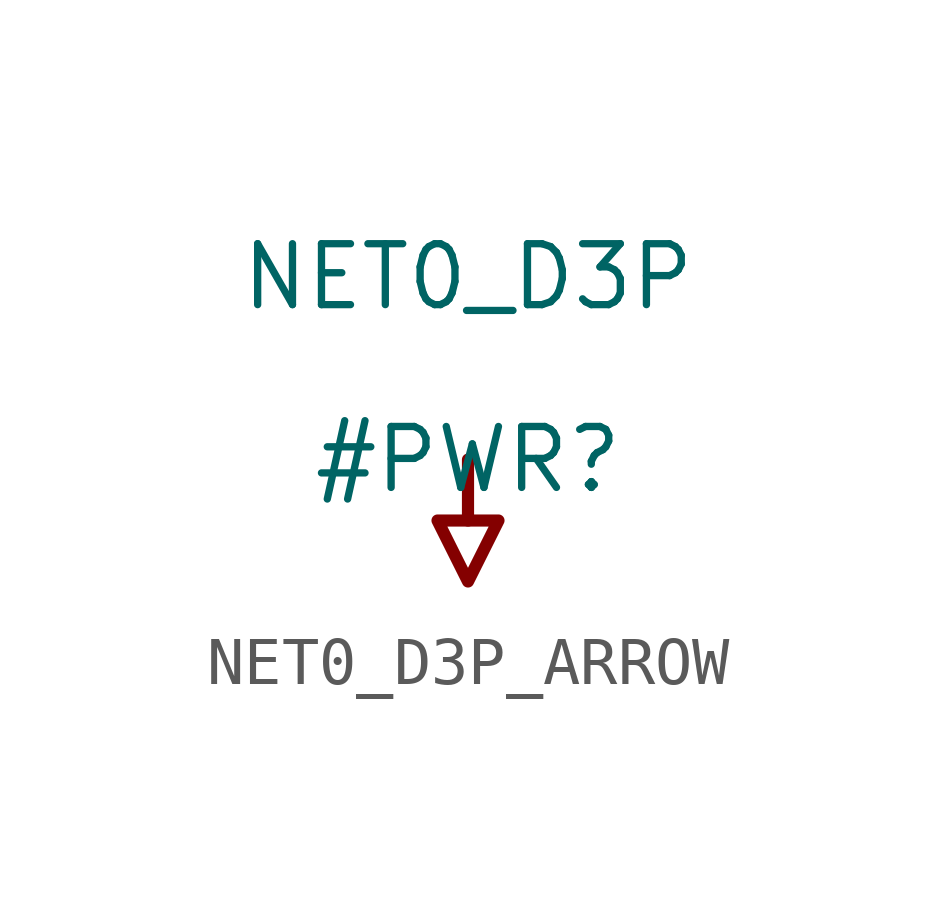
<source format=kicad_sym>
(kicad_symbol_lib
  (version 20231120)
  (generator "kicad_symbol_editor")
  (generator_version "8.0")
  (symbol "NET0_D3P_ARROW"
    (power)
    (property "Reference" "#PWR"
      (at 0 0 0)
      (effects (font (size 1.27 1.27))))
    (property "Value" "NET0_D3P"
      (at 0 3.81 0)
      (effects (font (size 1.27 1.27))))
    (symbol "NET0_D3P_ARROW_0_0"
      (polyline (pts (xy 0 0) (xy 0 -1.27)) (stroke (width 0.254) (type solid)) (fill (type none)))
      (polyline (pts (xy -0.635 -1.27) (xy 0.635 -1.27) (xy 0 -2.54) (xy -0.635 -1.27)) (stroke (width 0.254) (type solid)) (fill (type none)))
      (pin power_in line (at 0 0 0) (length 0) hide (name "NET0_D3P" (effects (font (size 1.27 1.27)))) (number "" (effects (font (size 1.27 1.27))))))))
</source>
